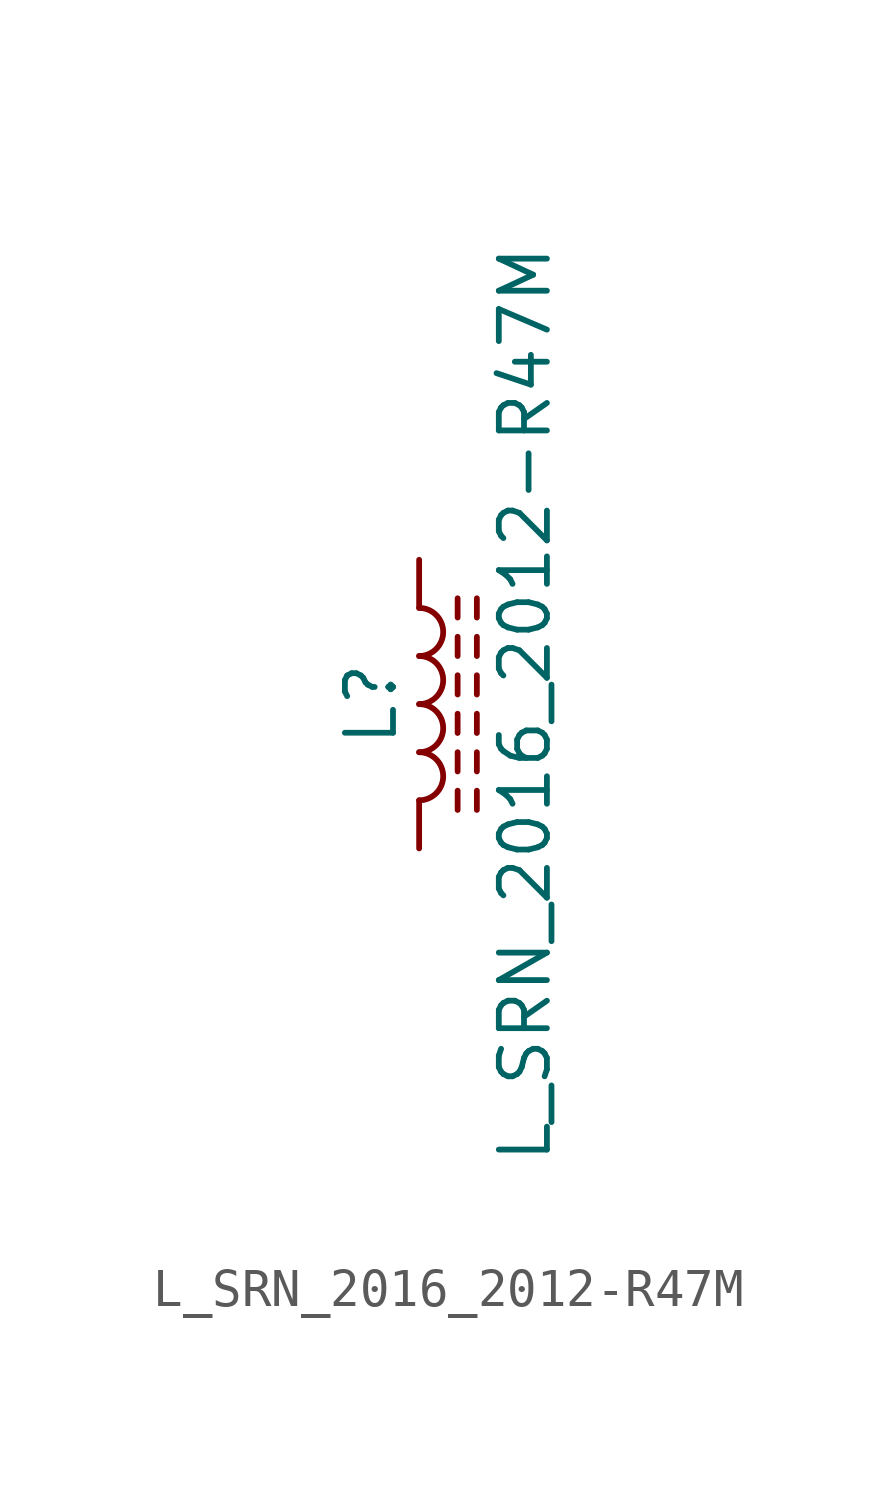
<source format=kicad_sym>
(kicad_symbol_lib
  (version 20211014)
  (generator kicad_symbol_editor)
  (symbol "L_SRN_2016_2012-R47M"
    (pin_numbers hide)
    (pin_names
      (offset 1.016) hide)
    (property "Reference" "L"
      (at -1.27 0 90)
      (effects (font (size 1.27 1.27))))
    (property "Value" "L_SRN_2016_2012-R47M"
      (at 2.794 0 90)
      (effects (font (size 1.27 1.27))))
    (symbol "L_SRN_2016_2012-R47M_0_1"
      (arc (start 0 -2.54) (mid 0.635 -1.905) (end 0 -1.27) (stroke (width 0) (type default) (color 0 0 0 0)) (fill (type none)))
      (arc (start 0 -1.27) (mid 0.635 -0.635) (end 0 0) (stroke (width 0) (type default) (color 0 0 0 0)) (fill (type none)))
      (polyline (pts (xy 1.016 -2.794) (xy 1.016 -2.286)) (stroke (width 0) (type default) (color 0 0 0 0)) (fill (type none)))
      (polyline (pts (xy 1.016 -1.778) (xy 1.016 -1.27)) (stroke (width 0) (type default) (color 0 0 0 0)) (fill (type none)))
      (polyline (pts (xy 1.016 -0.762) (xy 1.016 -0.254)) (stroke (width 0) (type default) (color 0 0 0 0)) (fill (type none)))
      (polyline (pts (xy 1.016 0.254) (xy 1.016 0.762)) (stroke (width 0) (type default) (color 0 0 0 0)) (fill (type none)))
      (polyline (pts (xy 1.016 1.27) (xy 1.016 1.778)) (stroke (width 0) (type default) (color 0 0 0 0)) (fill (type none)))
      (polyline (pts (xy 1.016 2.286) (xy 1.016 2.794)) (stroke (width 0) (type default) (color 0 0 0 0)) (fill (type none)))
      (polyline (pts (xy 1.524 -2.286) (xy 1.524 -2.794)) (stroke (width 0) (type default) (color 0 0 0 0)) (fill (type none)))
      (polyline (pts (xy 1.524 -1.27) (xy 1.524 -1.778)) (stroke (width 0) (type default) (color 0 0 0 0)) (fill (type none)))
      (polyline (pts (xy 1.524 -0.254) (xy 1.524 -0.762)) (stroke (width 0) (type default) (color 0 0 0 0)) (fill (type none)))
      (polyline (pts (xy 1.524 0.762) (xy 1.524 0.254)) (stroke (width 0) (type default) (color 0 0 0 0)) (fill (type none)))
      (polyline (pts (xy 1.524 1.778) (xy 1.524 1.27)) (stroke (width 0) (type default) (color 0 0 0 0)) (fill (type none)))
      (polyline (pts (xy 1.524 2.794) (xy 1.524 2.286)) (stroke (width 0) (type default) (color 0 0 0 0)) (fill (type none)))
      (arc (start 0 0) (mid 0.635 0.635) (end 0 1.27) (stroke (width 0) (type default) (color 0 0 0 0)) (fill (type none)))
      (arc (start 0 1.27) (mid 0.635 1.905) (end 0 2.54) (stroke (width 0) (type default) (color 0 0 0 0)) (fill (type none))))
    (symbol "L_SRN_2016_2012-R47M_1_1"
      (pin passive line (at 0 3.81 270) (length 1.27) (name "1" (effects (font (size 1.27 1.27)))) (number "1" (effects (font (size 1.27 1.27)))))
      (pin passive line (at 0 -3.81 90) (length 1.27) (name "2" (effects (font (size 1.27 1.27)))) (number "2" (effects (font (size 1.27 1.27))))))))
</source>
